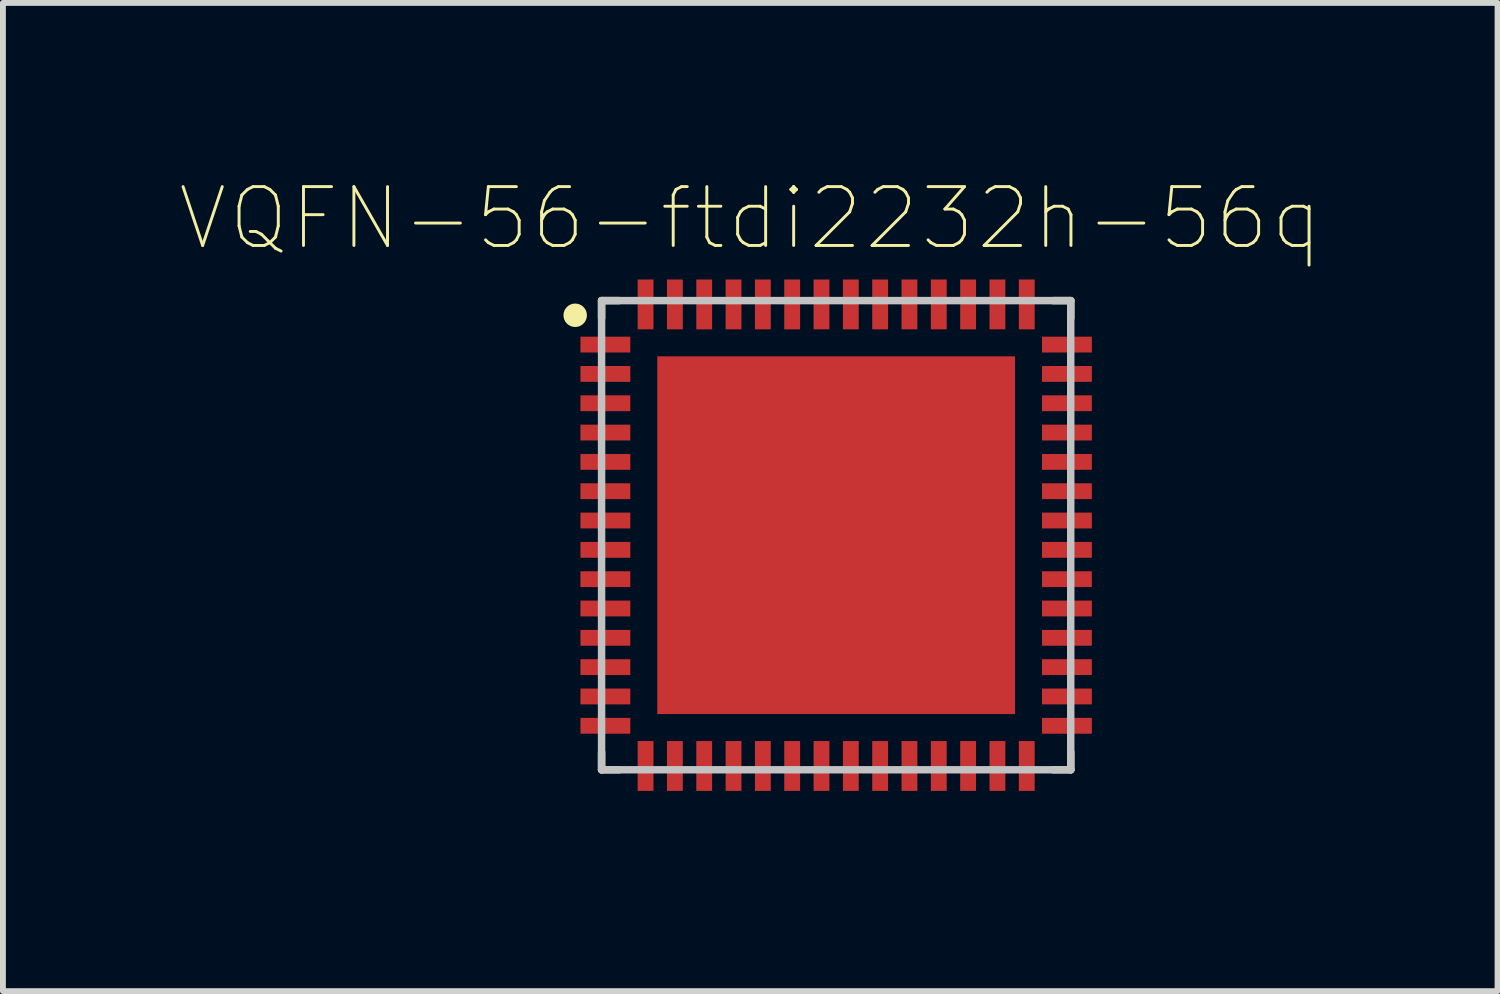
<source format=kicad_pcb>
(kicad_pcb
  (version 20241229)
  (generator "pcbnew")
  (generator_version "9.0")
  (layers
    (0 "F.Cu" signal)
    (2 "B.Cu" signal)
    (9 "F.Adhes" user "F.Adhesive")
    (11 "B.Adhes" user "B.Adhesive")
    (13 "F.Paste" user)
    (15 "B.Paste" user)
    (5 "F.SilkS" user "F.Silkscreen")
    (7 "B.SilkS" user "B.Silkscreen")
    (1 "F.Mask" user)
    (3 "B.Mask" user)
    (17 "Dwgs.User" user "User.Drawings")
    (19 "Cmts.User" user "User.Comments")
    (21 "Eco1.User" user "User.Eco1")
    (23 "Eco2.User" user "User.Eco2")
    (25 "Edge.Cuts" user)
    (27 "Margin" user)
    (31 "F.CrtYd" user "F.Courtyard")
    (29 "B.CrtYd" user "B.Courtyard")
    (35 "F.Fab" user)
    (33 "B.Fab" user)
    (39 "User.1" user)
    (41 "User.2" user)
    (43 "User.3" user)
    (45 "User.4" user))
  (footprint "VQFN-56-ftdi2232h-56q"
    (layer "F.Cu")
    (at 11.208 6.076)
    (property "Reference" "VQFN-56-ftdi2232h-56q" (at -1.465 -5.402 0) (layer "F.SilkS") (effects (font (size 1.003 1.003) (thickness 0.05))))
    (attr smd)
    (fp_line (start -4 -4) (end -4 -3.7) (stroke (width 0.127) (type solid)) (layer "F.SilkS"))
    (fp_line (start -4 -4) (end -3.7 -4) (stroke (width 0.127) (type solid)) (layer "F.SilkS"))
    (fp_line (start -4 4) (end -4 3.7) (stroke (width 0.127) (type solid)) (layer "F.SilkS"))
    (fp_line (start -4 4) (end -3.7 4) (stroke (width 0.127) (type solid)) (layer "F.SilkS"))
    (fp_line (start 4 -4) (end 3.7 -4) (stroke (width 0.127) (type solid)) (layer "F.SilkS"))
    (fp_line (start 4 -4) (end 4 -3.7) (stroke (width 0.127) (type solid)) (layer "F.SilkS"))
    (fp_line (start 4 4) (end 3.7 4) (stroke (width 0.127) (type solid)) (layer "F.SilkS"))
    (fp_line (start 4 4) (end 4 3.7) (stroke (width 0.127) (type solid)) (layer "F.SilkS"))
    (fp_circle (center -4.45 -3.75) (end -4.35 -3.75) (stroke (width 0.2) (type solid)) (fill no) (layer "F.SilkS"))
    (fp_poly (pts (xy -1.938 -1.93) (xy 1.93 -1.93) (xy 1.93 1.938) (xy -1.938 1.938)) (stroke (width 0) (type solid)) (fill yes) (layer "F.Paste"))
    (fp_line (start -4 -4) (end -4 4) (stroke (width 0.127) (type solid)) (layer "Dwgs.User"))
    (fp_line (start -4 4) (end 4 4) (stroke (width 0.127) (type solid)) (layer "Dwgs.User"))
    (fp_line (start 4 -4) (end -4 -4) (stroke (width 0.127) (type solid)) (layer "Dwgs.User"))
    (fp_line (start 4 4) (end 4 -4) (stroke (width 0.127) (type solid)) (layer "Dwgs.User"))
    (fp_line (start -4.75 -4.75) (end 4.75 -4.75) (stroke (width 0.05) (type solid)) (layer "Eco1.User"))
    (fp_line (start -4.75 4.75) (end -4.75 -4.75) (stroke (width 0.05) (type solid)) (layer "Eco1.User"))
    (fp_line (start 4.75 -4.75) (end 4.75 4.75) (stroke (width 0.05) (type solid)) (layer "Eco1.User"))
    (fp_line (start 4.75 4.75) (end -4.75 4.75) (stroke (width 0.05) (type solid)) (layer "Eco1.User"))
    (pad "1" smd rect (at -3.935 -3.25 90) (size 0.27 0.85) (layers "F.Cu" "F.Mask" "F.Paste"))
    (pad "2" smd rect (at -3.935 -2.75 90) (size 0.27 0.85) (layers "F.Cu" "F.Mask" "F.Paste"))
    (pad "3" smd rect (at -3.935 -2.25 90) (size 0.27 0.85) (layers "F.Cu" "F.Mask" "F.Paste"))
    (pad "4" smd rect (at -3.935 -1.75 90) (size 0.27 0.85) (layers "F.Cu" "F.Mask" "F.Paste"))
    (pad "5" smd rect (at -3.935 -1.25 90) (size 0.27 0.85) (layers "F.Cu" "F.Mask" "F.Paste"))
    (pad "6" smd rect (at -3.935 -0.75 90) (size 0.27 0.85) (layers "F.Cu" "F.Mask" "F.Paste"))
    (pad "7" smd rect (at -3.935 -0.25 90) (size 0.27 0.85) (layers "F.Cu" "F.Mask" "F.Paste"))
    (pad "8" smd rect (at -3.935 0.25 90) (size 0.27 0.85) (layers "F.Cu" "F.Mask" "F.Paste"))
    (pad "9" smd rect (at -3.935 0.75 90) (size 0.27 0.85) (layers "F.Cu" "F.Mask" "F.Paste"))
    (pad "10" smd rect (at -3.935 1.25 90) (size 0.27 0.85) (layers "F.Cu" "F.Mask" "F.Paste"))
    (pad "11" smd rect (at -3.935 1.75 90) (size 0.27 0.85) (layers "F.Cu" "F.Mask" "F.Paste"))
    (pad "12" smd rect (at -3.935 2.25 90) (size 0.27 0.85) (layers "F.Cu" "F.Mask" "F.Paste"))
    (pad "13" smd rect (at -3.935 2.75 90) (size 0.27 0.85) (layers "F.Cu" "F.Mask" "F.Paste"))
    (pad "14" smd rect (at -3.935 3.25 90) (size 0.27 0.85) (layers "F.Cu" "F.Mask" "F.Paste"))
    (pad "15" smd rect (at -3.25 3.935 180) (size 0.27 0.85) (layers "F.Cu" "F.Mask" "F.Paste"))
    (pad "16" smd rect (at -2.75 3.935 180) (size 0.27 0.85) (layers "F.Cu" "F.Mask" "F.Paste"))
    (pad "17" smd rect (at -2.25 3.935 180) (size 0.27 0.85) (layers "F.Cu" "F.Mask" "F.Paste"))
    (pad "18" smd rect (at -1.75 3.935 180) (size 0.27 0.85) (layers "F.Cu" "F.Mask" "F.Paste"))
    (pad "19" smd rect (at -1.25 3.935 180) (size 0.27 0.85) (layers "F.Cu" "F.Mask" "F.Paste"))
    (pad "20" smd rect (at -0.75 3.935 180) (size 0.27 0.85) (layers "F.Cu" "F.Mask" "F.Paste"))
    (pad "21" smd rect (at -0.25 3.935 180) (size 0.27 0.85) (layers "F.Cu" "F.Mask" "F.Paste"))
    (pad "22" smd rect (at 0.25 3.935 180) (size 0.27 0.85) (layers "F.Cu" "F.Mask" "F.Paste"))
    (pad "23" smd rect (at 0.75 3.935 180) (size 0.27 0.85) (layers "F.Cu" "F.Mask" "F.Paste"))
    (pad "24" smd rect (at 1.25 3.935 180) (size 0.27 0.85) (layers "F.Cu" "F.Mask" "F.Paste"))
    (pad "25" smd rect (at 1.75 3.935 180) (size 0.27 0.85) (layers "F.Cu" "F.Mask" "F.Paste"))
    (pad "26" smd rect (at 2.25 3.935 180) (size 0.27 0.85) (layers "F.Cu" "F.Mask" "F.Paste"))
    (pad "27" smd rect (at 2.75 3.935 180) (size 0.27 0.85) (layers "F.Cu" "F.Mask" "F.Paste"))
    (pad "28" smd rect (at 3.25 3.935 180) (size 0.27 0.85) (layers "F.Cu" "F.Mask" "F.Paste"))
    (pad "29" smd rect (at 3.935 3.25 270) (size 0.27 0.85) (layers "F.Cu" "F.Mask" "F.Paste"))
    (pad "30" smd rect (at 3.935 2.75 270) (size 0.27 0.85) (layers "F.Cu" "F.Mask" "F.Paste"))
    (pad "31" smd rect (at 3.935 2.25 270) (size 0.27 0.85) (layers "F.Cu" "F.Mask" "F.Paste"))
    (pad "32" smd rect (at 3.935 1.75 270) (size 0.27 0.85) (layers "F.Cu" "F.Mask" "F.Paste"))
    (pad "33" smd rect (at 3.935 1.25 270) (size 0.27 0.85) (layers "F.Cu" "F.Mask" "F.Paste"))
    (pad "34" smd rect (at 3.935 0.75 270) (size 0.27 0.85) (layers "F.Cu" "F.Mask" "F.Paste"))
    (pad "35" smd rect (at 3.935 0.25 270) (size 0.27 0.85) (layers "F.Cu" "F.Mask" "F.Paste"))
    (pad "36" smd rect (at 3.935 -0.25 270) (size 0.27 0.85) (layers "F.Cu" "F.Mask" "F.Paste"))
    (pad "37" smd rect (at 3.935 -0.75 270) (size 0.27 0.85) (layers "F.Cu" "F.Mask" "F.Paste"))
    (pad "38" smd rect (at 3.935 -1.25 270) (size 0.27 0.85) (layers "F.Cu" "F.Mask" "F.Paste"))
    (pad "39" smd rect (at 3.935 -1.75 270) (size 0.27 0.85) (layers "F.Cu" "F.Mask" "F.Paste"))
    (pad "40" smd rect (at 3.935 -2.25 270) (size 0.27 0.85) (layers "F.Cu" "F.Mask" "F.Paste"))
    (pad "41" smd rect (at 3.935 -2.75 270) (size 0.27 0.85) (layers "F.Cu" "F.Mask" "F.Paste"))
    (pad "42" smd rect (at 3.935 -3.25 270) (size 0.27 0.85) (layers "F.Cu" "F.Mask" "F.Paste"))
    (pad "43" smd rect (at 3.25 -3.935) (size 0.27 0.85) (layers "F.Cu" "F.Mask" "F.Paste"))
    (pad "44" smd rect (at 2.75 -3.935) (size 0.27 0.85) (layers "F.Cu" "F.Mask" "F.Paste"))
    (pad "45" smd rect (at 0 0) (size 6.1 6.1) (layers "F.Cu" "F.Mask" "F.Paste"))
    (pad "45" smd rect (at 2.25 -3.935) (size 0.27 0.85) (layers "F.Cu" "F.Mask" "F.Paste"))
    (pad "46" smd rect (at 1.75 -3.935) (size 0.27 0.85) (layers "F.Cu" "F.Mask" "F.Paste"))
    (pad "47" smd rect (at 1.25 -3.935) (size 0.27 0.85) (layers "F.Cu" "F.Mask" "F.Paste"))
    (pad "48" smd rect (at 0.75 -3.935) (size 0.27 0.85) (layers "F.Cu" "F.Mask" "F.Paste"))
    (pad "49" smd rect (at 0.25 -3.935) (size 0.27 0.85) (layers "F.Cu" "F.Mask" "F.Paste"))
    (pad "50" smd rect (at -0.25 -3.935) (size 0.27 0.85) (layers "F.Cu" "F.Mask" "F.Paste"))
    (pad "51" smd rect (at -0.75 -3.935) (size 0.27 0.85) (layers "F.Cu" "F.Mask" "F.Paste"))
    (pad "52" smd rect (at -1.25 -3.935) (size 0.27 0.85) (layers "F.Cu" "F.Mask" "F.Paste"))
    (pad "53" smd rect (at -1.75 -3.935) (size 0.27 0.85) (layers "F.Cu" "F.Mask" "F.Paste"))
    (pad "54" smd rect (at -2.25 -3.935) (size 0.27 0.85) (layers "F.Cu" "F.Mask" "F.Paste"))
    (pad "55" smd rect (at -2.75 -3.935) (size 0.27 0.85) (layers "F.Cu" "F.Mask" "F.Paste"))
    (pad "56" smd rect (at -3.25 -3.935) (size 0.27 0.85) (layers "F.Cu" "F.Mask" "F.Paste")))
  (gr_rect
    (start -3 -3)
    (end 22.486 13.851)
    (stroke (width 0.1) (type default))
    (fill no)
    (layer "Edge.Cuts")))
</source>
